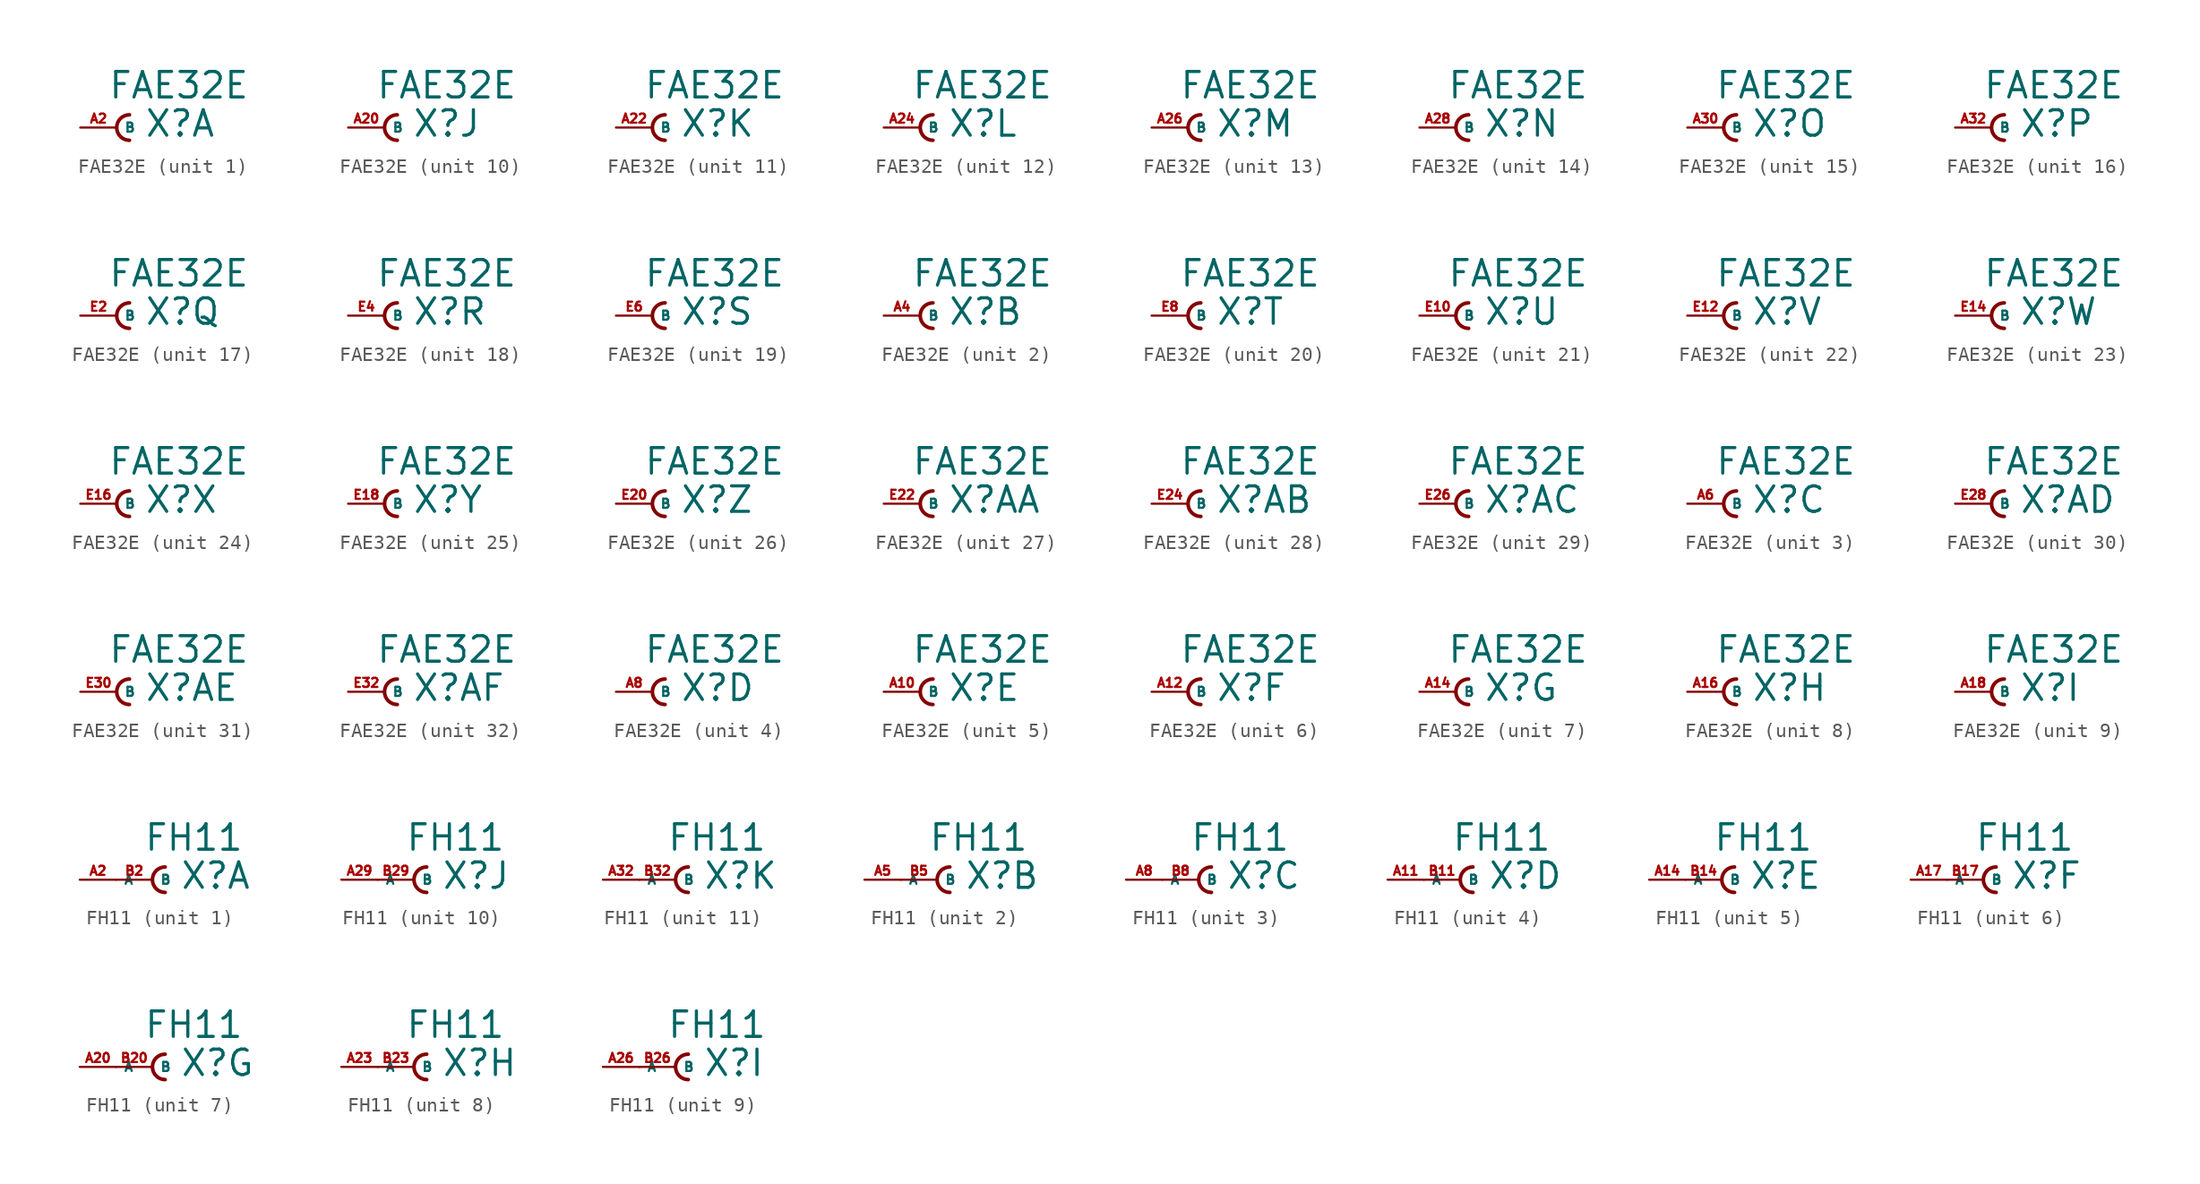
<source format=kicad_sym>
(kicad_symbol_lib
  (version 20220914)
  (generator Eagle2Kicad)
  (symbol "FAE32E"
    (property "Reference" "X"
      (at 1.905 -0.762 0)
      (effects (font (size 1.778 1.778) (thickness 0.22)) (justify left bottom)))
    (property "Value" "FAE32E"
      (at -0.635 1.905 0)
      (effects (font (size 1.778 1.778) (thickness 0.22)) (justify left bottom)))
    (symbol "FAE32E_1_0"
      (arc (start 0.889 0.889) (mid 0.000 0.000) (end 0.889 -0.889) (stroke (width 0.254) (type default)) (fill (type none)))
      (pin passive line (at -2.54 0 0) (length 2.54) (name "B" (effects (font (size 0.635 0.635) (thickness 0.08)) (justify left bottom))) (number "A2" (effects (font (size 0.635 0.635) (thickness 0.08)) (justify left bottom)))))
    (symbol "FAE32E_2_0"
      (arc (start 0.889 0.889) (mid 0.000 0.000) (end 0.889 -0.889) (stroke (width 0.254) (type default)) (fill (type none)))
      (pin passive line (at -2.54 0 0) (length 2.54) (name "B" (effects (font (size 0.635 0.635) (thickness 0.08)) (justify left bottom))) (number "A4" (effects (font (size 0.635 0.635) (thickness 0.08)) (justify left bottom)))))
    (symbol "FAE32E_3_0"
      (arc (start 0.889 0.889) (mid 0.000 0.000) (end 0.889 -0.889) (stroke (width 0.254) (type default)) (fill (type none)))
      (pin passive line (at -2.54 0 0) (length 2.54) (name "B" (effects (font (size 0.635 0.635) (thickness 0.08)) (justify left bottom))) (number "A6" (effects (font (size 0.635 0.635) (thickness 0.08)) (justify left bottom)))))
    (symbol "FAE32E_4_0"
      (arc (start 0.889 0.889) (mid 0.000 0.000) (end 0.889 -0.889) (stroke (width 0.254) (type default)) (fill (type none)))
      (pin passive line (at -2.54 0 0) (length 2.54) (name "B" (effects (font (size 0.635 0.635) (thickness 0.08)) (justify left bottom))) (number "A8" (effects (font (size 0.635 0.635) (thickness 0.08)) (justify left bottom)))))
    (symbol "FAE32E_5_0"
      (arc (start 0.889 0.889) (mid 0.000 0.000) (end 0.889 -0.889) (stroke (width 0.254) (type default)) (fill (type none)))
      (pin passive line (at -2.54 0 0) (length 2.54) (name "B" (effects (font (size 0.635 0.635) (thickness 0.08)) (justify left bottom))) (number "A10" (effects (font (size 0.635 0.635) (thickness 0.08)) (justify left bottom)))))
    (symbol "FAE32E_6_0"
      (arc (start 0.889 0.889) (mid 0.000 0.000) (end 0.889 -0.889) (stroke (width 0.254) (type default)) (fill (type none)))
      (pin passive line (at -2.54 0 0) (length 2.54) (name "B" (effects (font (size 0.635 0.635) (thickness 0.08)) (justify left bottom))) (number "A12" (effects (font (size 0.635 0.635) (thickness 0.08)) (justify left bottom)))))
    (symbol "FAE32E_7_0"
      (arc (start 0.889 0.889) (mid 0.000 0.000) (end 0.889 -0.889) (stroke (width 0.254) (type default)) (fill (type none)))
      (pin passive line (at -2.54 0 0) (length 2.54) (name "B" (effects (font (size 0.635 0.635) (thickness 0.08)) (justify left bottom))) (number "A14" (effects (font (size 0.635 0.635) (thickness 0.08)) (justify left bottom)))))
    (symbol "FAE32E_8_0"
      (arc (start 0.889 0.889) (mid 0.000 0.000) (end 0.889 -0.889) (stroke (width 0.254) (type default)) (fill (type none)))
      (pin passive line (at -2.54 0 0) (length 2.54) (name "B" (effects (font (size 0.635 0.635) (thickness 0.08)) (justify left bottom))) (number "A16" (effects (font (size 0.635 0.635) (thickness 0.08)) (justify left bottom)))))
    (symbol "FAE32E_9_0"
      (arc (start 0.889 0.889) (mid 0.000 0.000) (end 0.889 -0.889) (stroke (width 0.254) (type default)) (fill (type none)))
      (pin passive line (at -2.54 0 0) (length 2.54) (name "B" (effects (font (size 0.635 0.635) (thickness 0.08)) (justify left bottom))) (number "A18" (effects (font (size 0.635 0.635) (thickness 0.08)) (justify left bottom)))))
    (symbol "FAE32E_10_0"
      (arc (start 0.889 0.889) (mid 0.000 0.000) (end 0.889 -0.889) (stroke (width 0.254) (type default)) (fill (type none)))
      (pin passive line (at -2.54 0 0) (length 2.54) (name "B" (effects (font (size 0.635 0.635) (thickness 0.08)) (justify left bottom))) (number "A20" (effects (font (size 0.635 0.635) (thickness 0.08)) (justify left bottom)))))
    (symbol "FAE32E_11_0"
      (arc (start 0.889 0.889) (mid 0.000 0.000) (end 0.889 -0.889) (stroke (width 0.254) (type default)) (fill (type none)))
      (pin passive line (at -2.54 0 0) (length 2.54) (name "B" (effects (font (size 0.635 0.635) (thickness 0.08)) (justify left bottom))) (number "A22" (effects (font (size 0.635 0.635) (thickness 0.08)) (justify left bottom)))))
    (symbol "FAE32E_12_0"
      (arc (start 0.889 0.889) (mid 0.000 0.000) (end 0.889 -0.889) (stroke (width 0.254) (type default)) (fill (type none)))
      (pin passive line (at -2.54 0 0) (length 2.54) (name "B" (effects (font (size 0.635 0.635) (thickness 0.08)) (justify left bottom))) (number "A24" (effects (font (size 0.635 0.635) (thickness 0.08)) (justify left bottom)))))
    (symbol "FAE32E_13_0"
      (arc (start 0.889 0.889) (mid 0.000 0.000) (end 0.889 -0.889) (stroke (width 0.254) (type default)) (fill (type none)))
      (pin passive line (at -2.54 0 0) (length 2.54) (name "B" (effects (font (size 0.635 0.635) (thickness 0.08)) (justify left bottom))) (number "A26" (effects (font (size 0.635 0.635) (thickness 0.08)) (justify left bottom)))))
    (symbol "FAE32E_14_0"
      (arc (start 0.889 0.889) (mid 0.000 0.000) (end 0.889 -0.889) (stroke (width 0.254) (type default)) (fill (type none)))
      (pin passive line (at -2.54 0 0) (length 2.54) (name "B" (effects (font (size 0.635 0.635) (thickness 0.08)) (justify left bottom))) (number "A28" (effects (font (size 0.635 0.635) (thickness 0.08)) (justify left bottom)))))
    (symbol "FAE32E_15_0"
      (arc (start 0.889 0.889) (mid 0.000 0.000) (end 0.889 -0.889) (stroke (width 0.254) (type default)) (fill (type none)))
      (pin passive line (at -2.54 0 0) (length 2.54) (name "B" (effects (font (size 0.635 0.635) (thickness 0.08)) (justify left bottom))) (number "A30" (effects (font (size 0.635 0.635) (thickness 0.08)) (justify left bottom)))))
    (symbol "FAE32E_16_0"
      (arc (start 0.889 0.889) (mid 0.000 0.000) (end 0.889 -0.889) (stroke (width 0.254) (type default)) (fill (type none)))
      (pin passive line (at -2.54 0 0) (length 2.54) (name "B" (effects (font (size 0.635 0.635) (thickness 0.08)) (justify left bottom))) (number "A32" (effects (font (size 0.635 0.635) (thickness 0.08)) (justify left bottom)))))
    (symbol "FAE32E_17_0"
      (arc (start 0.889 0.889) (mid 0.000 0.000) (end 0.889 -0.889) (stroke (width 0.254) (type default)) (fill (type none)))
      (pin passive line (at -2.54 0 0) (length 2.54) (name "B" (effects (font (size 0.635 0.635) (thickness 0.08)) (justify left bottom))) (number "E2" (effects (font (size 0.635 0.635) (thickness 0.08)) (justify left bottom)))))
    (symbol "FAE32E_18_0"
      (arc (start 0.889 0.889) (mid 0.000 0.000) (end 0.889 -0.889) (stroke (width 0.254) (type default)) (fill (type none)))
      (pin passive line (at -2.54 0 0) (length 2.54) (name "B" (effects (font (size 0.635 0.635) (thickness 0.08)) (justify left bottom))) (number "E4" (effects (font (size 0.635 0.635) (thickness 0.08)) (justify left bottom)))))
    (symbol "FAE32E_19_0"
      (arc (start 0.889 0.889) (mid 0.000 0.000) (end 0.889 -0.889) (stroke (width 0.254) (type default)) (fill (type none)))
      (pin passive line (at -2.54 0 0) (length 2.54) (name "B" (effects (font (size 0.635 0.635) (thickness 0.08)) (justify left bottom))) (number "E6" (effects (font (size 0.635 0.635) (thickness 0.08)) (justify left bottom)))))
    (symbol "FAE32E_20_0"
      (arc (start 0.889 0.889) (mid 0.000 0.000) (end 0.889 -0.889) (stroke (width 0.254) (type default)) (fill (type none)))
      (pin passive line (at -2.54 0 0) (length 2.54) (name "B" (effects (font (size 0.635 0.635) (thickness 0.08)) (justify left bottom))) (number "E8" (effects (font (size 0.635 0.635) (thickness 0.08)) (justify left bottom)))))
    (symbol "FAE32E_21_0"
      (arc (start 0.889 0.889) (mid 0.000 0.000) (end 0.889 -0.889) (stroke (width 0.254) (type default)) (fill (type none)))
      (pin passive line (at -2.54 0 0) (length 2.54) (name "B" (effects (font (size 0.635 0.635) (thickness 0.08)) (justify left bottom))) (number "E10" (effects (font (size 0.635 0.635) (thickness 0.08)) (justify left bottom)))))
    (symbol "FAE32E_22_0"
      (arc (start 0.889 0.889) (mid 0.000 0.000) (end 0.889 -0.889) (stroke (width 0.254) (type default)) (fill (type none)))
      (pin passive line (at -2.54 0 0) (length 2.54) (name "B" (effects (font (size 0.635 0.635) (thickness 0.08)) (justify left bottom))) (number "E12" (effects (font (size 0.635 0.635) (thickness 0.08)) (justify left bottom)))))
    (symbol "FAE32E_23_0"
      (arc (start 0.889 0.889) (mid 0.000 0.000) (end 0.889 -0.889) (stroke (width 0.254) (type default)) (fill (type none)))
      (pin passive line (at -2.54 0 0) (length 2.54) (name "B" (effects (font (size 0.635 0.635) (thickness 0.08)) (justify left bottom))) (number "E14" (effects (font (size 0.635 0.635) (thickness 0.08)) (justify left bottom)))))
    (symbol "FAE32E_24_0"
      (arc (start 0.889 0.889) (mid 0.000 0.000) (end 0.889 -0.889) (stroke (width 0.254) (type default)) (fill (type none)))
      (pin passive line (at -2.54 0 0) (length 2.54) (name "B" (effects (font (size 0.635 0.635) (thickness 0.08)) (justify left bottom))) (number "E16" (effects (font (size 0.635 0.635) (thickness 0.08)) (justify left bottom)))))
    (symbol "FAE32E_25_0"
      (arc (start 0.889 0.889) (mid 0.000 0.000) (end 0.889 -0.889) (stroke (width 0.254) (type default)) (fill (type none)))
      (pin passive line (at -2.54 0 0) (length 2.54) (name "B" (effects (font (size 0.635 0.635) (thickness 0.08)) (justify left bottom))) (number "E18" (effects (font (size 0.635 0.635) (thickness 0.08)) (justify left bottom)))))
    (symbol "FAE32E_26_0"
      (arc (start 0.889 0.889) (mid 0.000 0.000) (end 0.889 -0.889) (stroke (width 0.254) (type default)) (fill (type none)))
      (pin passive line (at -2.54 0 0) (length 2.54) (name "B" (effects (font (size 0.635 0.635) (thickness 0.08)) (justify left bottom))) (number "E20" (effects (font (size 0.635 0.635) (thickness 0.08)) (justify left bottom)))))
    (symbol "FAE32E_27_0"
      (arc (start 0.889 0.889) (mid 0.000 0.000) (end 0.889 -0.889) (stroke (width 0.254) (type default)) (fill (type none)))
      (pin passive line (at -2.54 0 0) (length 2.54) (name "B" (effects (font (size 0.635 0.635) (thickness 0.08)) (justify left bottom))) (number "E22" (effects (font (size 0.635 0.635) (thickness 0.08)) (justify left bottom)))))
    (symbol "FAE32E_28_0"
      (arc (start 0.889 0.889) (mid 0.000 0.000) (end 0.889 -0.889) (stroke (width 0.254) (type default)) (fill (type none)))
      (pin passive line (at -2.54 0 0) (length 2.54) (name "B" (effects (font (size 0.635 0.635) (thickness 0.08)) (justify left bottom))) (number "E24" (effects (font (size 0.635 0.635) (thickness 0.08)) (justify left bottom)))))
    (symbol "FAE32E_29_0"
      (arc (start 0.889 0.889) (mid 0.000 0.000) (end 0.889 -0.889) (stroke (width 0.254) (type default)) (fill (type none)))
      (pin passive line (at -2.54 0 0) (length 2.54) (name "B" (effects (font (size 0.635 0.635) (thickness 0.08)) (justify left bottom))) (number "E26" (effects (font (size 0.635 0.635) (thickness 0.08)) (justify left bottom)))))
    (symbol "FAE32E_30_0"
      (arc (start 0.889 0.889) (mid 0.000 0.000) (end 0.889 -0.889) (stroke (width 0.254) (type default)) (fill (type none)))
      (pin passive line (at -2.54 0 0) (length 2.54) (name "B" (effects (font (size 0.635 0.635) (thickness 0.08)) (justify left bottom))) (number "E28" (effects (font (size 0.635 0.635) (thickness 0.08)) (justify left bottom)))))
    (symbol "FAE32E_31_0"
      (arc (start 0.889 0.889) (mid 0.000 0.000) (end 0.889 -0.889) (stroke (width 0.254) (type default)) (fill (type none)))
      (pin passive line (at -2.54 0 0) (length 2.54) (name "B" (effects (font (size 0.635 0.635) (thickness 0.08)) (justify left bottom))) (number "E30" (effects (font (size 0.635 0.635) (thickness 0.08)) (justify left bottom)))))
    (symbol "FAE32E_32_0"
      (arc (start 0.889 0.889) (mid 0.000 0.000) (end 0.889 -0.889) (stroke (width 0.254) (type default)) (fill (type none)))
      (pin passive line (at -2.54 0 0) (length 2.54) (name "B" (effects (font (size 0.635 0.635) (thickness 0.08)) (justify left bottom))) (number "E32" (effects (font (size 0.635 0.635) (thickness 0.08)) (justify left bottom))))))
  (symbol "FH11"
    (property "Reference" "X"
      (at 1.905 -0.762 0)
      (effects (font (size 1.778 1.778) (thickness 0.22)) (justify left bottom)))
    (property "Value" "FH11"
      (at -0.635 1.905 0)
      (effects (font (size 1.778 1.778) (thickness 0.22)) (justify left bottom)))
    (symbol "FH11_1_0"
      (arc (start 0.889 0.889) (mid 0.000 0.000) (end 0.889 -0.889) (stroke (width 0.254) (type default)) (fill (type none)))
      (pin passive line (at -2.54 0 0) (length 2.54) (name "B" (effects (font (size 0.635 0.635) (thickness 0.08)) (justify left bottom))) (number "B2" (effects (font (size 0.635 0.635) (thickness 0.08)) (justify left bottom))))
      (pin passive line (at -5.08 0 0) (length 2.54) (name "A" (effects (font (size 0.635 0.635) (thickness 0.08)) (justify left bottom))) (number "A2" (effects (font (size 0.635 0.635) (thickness 0.08)) (justify left bottom)))))
    (symbol "FH11_2_0"
      (arc (start 0.889 0.889) (mid 0.000 0.000) (end 0.889 -0.889) (stroke (width 0.254) (type default)) (fill (type none)))
      (pin passive line (at -2.54 0 0) (length 2.54) (name "B" (effects (font (size 0.635 0.635) (thickness 0.08)) (justify left bottom))) (number "B5" (effects (font (size 0.635 0.635) (thickness 0.08)) (justify left bottom))))
      (pin passive line (at -5.08 0 0) (length 2.54) (name "A" (effects (font (size 0.635 0.635) (thickness 0.08)) (justify left bottom))) (number "A5" (effects (font (size 0.635 0.635) (thickness 0.08)) (justify left bottom)))))
    (symbol "FH11_3_0"
      (arc (start 0.889 0.889) (mid 0.000 0.000) (end 0.889 -0.889) (stroke (width 0.254) (type default)) (fill (type none)))
      (pin passive line (at -2.54 0 0) (length 2.54) (name "B" (effects (font (size 0.635 0.635) (thickness 0.08)) (justify left bottom))) (number "B8" (effects (font (size 0.635 0.635) (thickness 0.08)) (justify left bottom))))
      (pin passive line (at -5.08 0 0) (length 2.54) (name "A" (effects (font (size 0.635 0.635) (thickness 0.08)) (justify left bottom))) (number "A8" (effects (font (size 0.635 0.635) (thickness 0.08)) (justify left bottom)))))
    (symbol "FH11_4_0"
      (arc (start 0.889 0.889) (mid 0.000 0.000) (end 0.889 -0.889) (stroke (width 0.254) (type default)) (fill (type none)))
      (pin passive line (at -2.54 0 0) (length 2.54) (name "B" (effects (font (size 0.635 0.635) (thickness 0.08)) (justify left bottom))) (number "B11" (effects (font (size 0.635 0.635) (thickness 0.08)) (justify left bottom))))
      (pin passive line (at -5.08 0 0) (length 2.54) (name "A" (effects (font (size 0.635 0.635) (thickness 0.08)) (justify left bottom))) (number "A11" (effects (font (size 0.635 0.635) (thickness 0.08)) (justify left bottom)))))
    (symbol "FH11_5_0"
      (arc (start 0.889 0.889) (mid 0.000 0.000) (end 0.889 -0.889) (stroke (width 0.254) (type default)) (fill (type none)))
      (pin passive line (at -2.54 0 0) (length 2.54) (name "B" (effects (font (size 0.635 0.635) (thickness 0.08)) (justify left bottom))) (number "B14" (effects (font (size 0.635 0.635) (thickness 0.08)) (justify left bottom))))
      (pin passive line (at -5.08 0 0) (length 2.54) (name "A" (effects (font (size 0.635 0.635) (thickness 0.08)) (justify left bottom))) (number "A14" (effects (font (size 0.635 0.635) (thickness 0.08)) (justify left bottom)))))
    (symbol "FH11_6_0"
      (arc (start 0.889 0.889) (mid 0.000 0.000) (end 0.889 -0.889) (stroke (width 0.254) (type default)) (fill (type none)))
      (pin passive line (at -2.54 0 0) (length 2.54) (name "B" (effects (font (size 0.635 0.635) (thickness 0.08)) (justify left bottom))) (number "B17" (effects (font (size 0.635 0.635) (thickness 0.08)) (justify left bottom))))
      (pin passive line (at -5.08 0 0) (length 2.54) (name "A" (effects (font (size 0.635 0.635) (thickness 0.08)) (justify left bottom))) (number "A17" (effects (font (size 0.635 0.635) (thickness 0.08)) (justify left bottom)))))
    (symbol "FH11_7_0"
      (arc (start 0.889 0.889) (mid 0.000 0.000) (end 0.889 -0.889) (stroke (width 0.254) (type default)) (fill (type none)))
      (pin passive line (at -2.54 0 0) (length 2.54) (name "B" (effects (font (size 0.635 0.635) (thickness 0.08)) (justify left bottom))) (number "B20" (effects (font (size 0.635 0.635) (thickness 0.08)) (justify left bottom))))
      (pin passive line (at -5.08 0 0) (length 2.54) (name "A" (effects (font (size 0.635 0.635) (thickness 0.08)) (justify left bottom))) (number "A20" (effects (font (size 0.635 0.635) (thickness 0.08)) (justify left bottom)))))
    (symbol "FH11_8_0"
      (arc (start 0.889 0.889) (mid 0.000 0.000) (end 0.889 -0.889) (stroke (width 0.254) (type default)) (fill (type none)))
      (pin passive line (at -2.54 0 0) (length 2.54) (name "B" (effects (font (size 0.635 0.635) (thickness 0.08)) (justify left bottom))) (number "B23" (effects (font (size 0.635 0.635) (thickness 0.08)) (justify left bottom))))
      (pin passive line (at -5.08 0 0) (length 2.54) (name "A" (effects (font (size 0.635 0.635) (thickness 0.08)) (justify left bottom))) (number "A23" (effects (font (size 0.635 0.635) (thickness 0.08)) (justify left bottom)))))
    (symbol "FH11_9_0"
      (arc (start 0.889 0.889) (mid 0.000 0.000) (end 0.889 -0.889) (stroke (width 0.254) (type default)) (fill (type none)))
      (pin passive line (at -2.54 0 0) (length 2.54) (name "B" (effects (font (size 0.635 0.635) (thickness 0.08)) (justify left bottom))) (number "B26" (effects (font (size 0.635 0.635) (thickness 0.08)) (justify left bottom))))
      (pin passive line (at -5.08 0 0) (length 2.54) (name "A" (effects (font (size 0.635 0.635) (thickness 0.08)) (justify left bottom))) (number "A26" (effects (font (size 0.635 0.635) (thickness 0.08)) (justify left bottom)))))
    (symbol "FH11_10_0"
      (arc (start 0.889 0.889) (mid 0.000 0.000) (end 0.889 -0.889) (stroke (width 0.254) (type default)) (fill (type none)))
      (pin passive line (at -2.54 0 0) (length 2.54) (name "B" (effects (font (size 0.635 0.635) (thickness 0.08)) (justify left bottom))) (number "B29" (effects (font (size 0.635 0.635) (thickness 0.08)) (justify left bottom))))
      (pin passive line (at -5.08 0 0) (length 2.54) (name "A" (effects (font (size 0.635 0.635) (thickness 0.08)) (justify left bottom))) (number "A29" (effects (font (size 0.635 0.635) (thickness 0.08)) (justify left bottom)))))
    (symbol "FH11_11_0"
      (arc (start 0.889 0.889) (mid 0.000 0.000) (end 0.889 -0.889) (stroke (width 0.254) (type default)) (fill (type none)))
      (pin passive line (at -2.54 0 0) (length 2.54) (name "B" (effects (font (size 0.635 0.635) (thickness 0.08)) (justify left bottom))) (number "B32" (effects (font (size 0.635 0.635) (thickness 0.08)) (justify left bottom))))
      (pin passive line (at -5.08 0 0) (length 2.54) (name "A" (effects (font (size 0.635 0.635) (thickness 0.08)) (justify left bottom))) (number "A32" (effects (font (size 0.635 0.635) (thickness 0.08)) (justify left bottom)))))))
</source>
